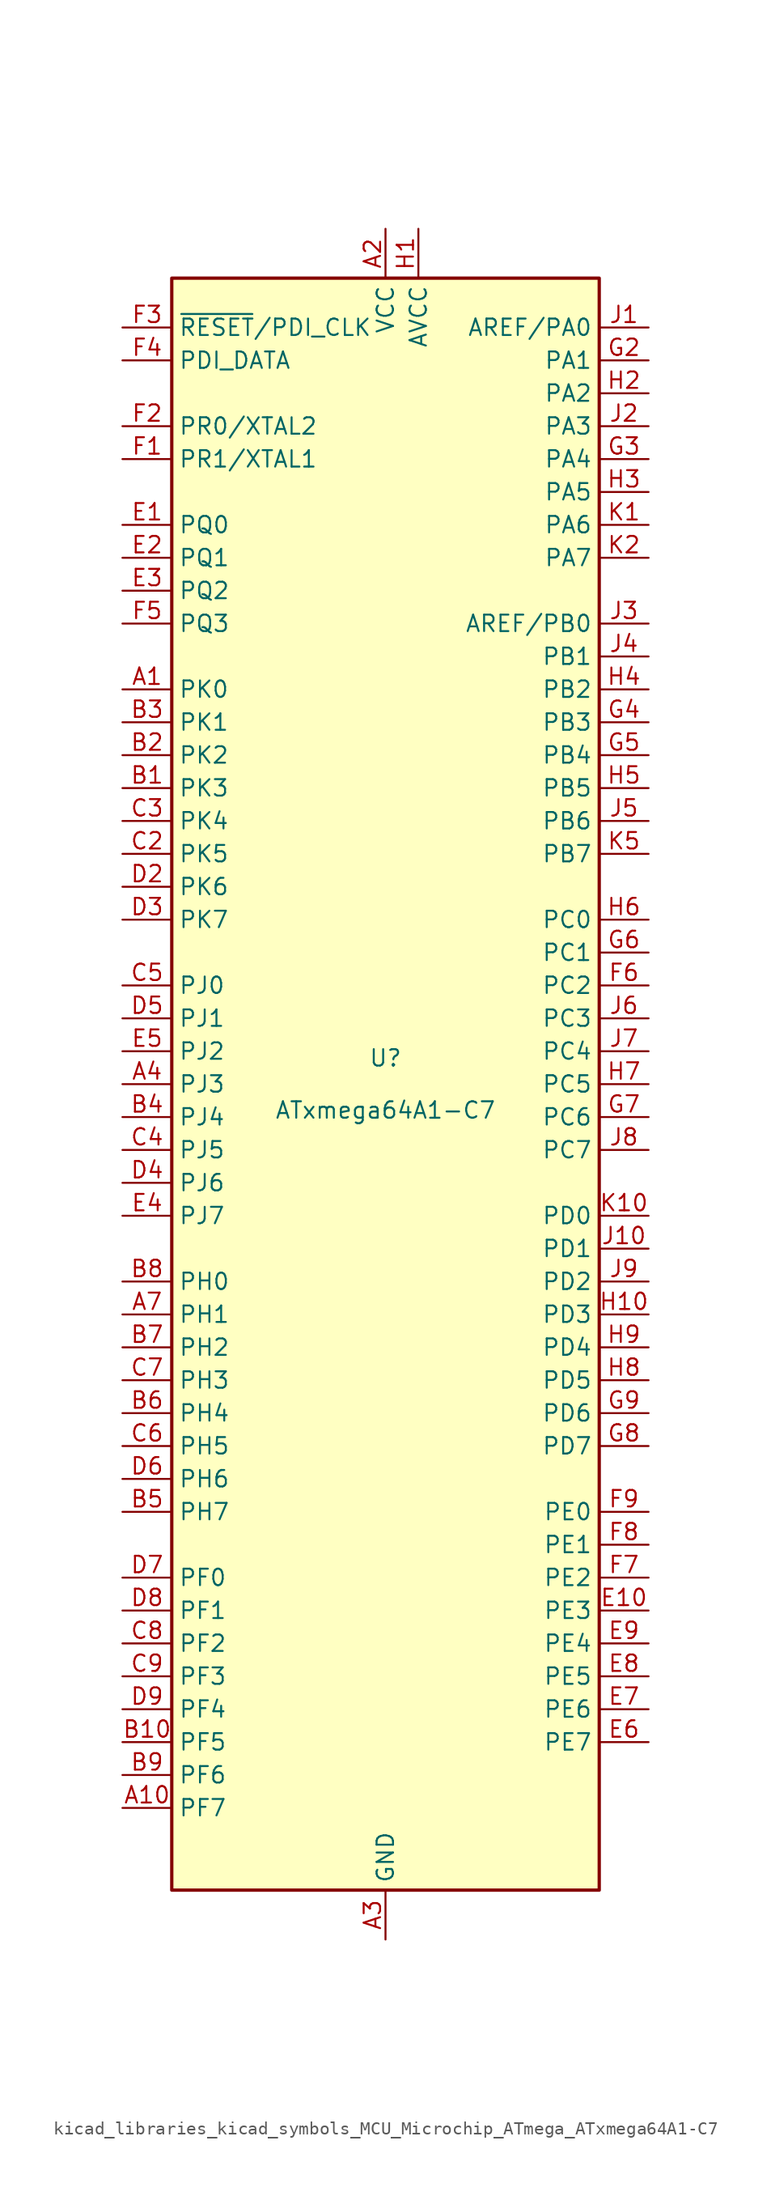
<source format=kicad_sym>
(kicad_symbol_lib
  (version 20220914)
  (generator kicad_symbol_editor)
  (symbol "kicad_libraries_kicad_symbols_MCU_Microchip_ATmega_ATxmega64A1-C7"
    (property "Reference" "U"
      (at 0 1.27 0)
      (effects (font (size 1.27 1.27)) (justify bottom)))
    (property "Value" "ATxmega64A1-C7"
      (at 0 -1.27 0)
      (effects (font (size 1.27 1.27)) (justify top)))
    (symbol "kicad_libraries_kicad_symbols_MCU_Microchip_ATmega_ATxmega64A1-C7_0_1"
      (rectangle (start -16.51 -62.23) (end 16.51 62.23) (stroke (width 0.254) (type default)) (fill (type background))))
    (symbol "kicad_libraries_kicad_symbols_MCU_Microchip_ATmega_ATxmega64A1-C7_1_1"
      (pin bidirectional line (at -20.32 30.48 0) (length 3.81) (name "PK0" (effects (font (size 1.27 1.27)))) (number "A1" (effects (font (size 1.27 1.27)))))
      (pin bidirectional line (at -20.32 -55.88 0) (length 3.81) (name "PF7" (effects (font (size 1.27 1.27)))) (number "A10" (effects (font (size 1.27 1.27)))))
      (pin power_in line (at 0 66.04 270) (length 3.81) (name "VCC" (effects (font (size 1.27 1.27)))) (number "A2" (effects (font (size 1.27 1.27)))))
      (pin power_in line (at 0 -66.04 90) (length 3.81) (name "GND" (effects (font (size 1.27 1.27)))) (number "A3" (effects (font (size 1.27 1.27)))))
      (pin bidirectional line (at -20.32 0 0) (length 3.81) (name "PJ3" (effects (font (size 1.27 1.27)))) (number "A4" (effects (font (size 1.27 1.27)))))
      (pin passive line (at 0 66.04 270) (length 3.81) hide (name "VCC" (effects (font (size 1.27 1.27)))) (number "A5" (effects (font (size 1.27 1.27)))))
      (pin passive line (at 0 -66.04 90) (length 3.81) hide (name "GND" (effects (font (size 1.27 1.27)))) (number "A6" (effects (font (size 1.27 1.27)))))
      (pin bidirectional line (at -20.32 -17.78 0) (length 3.81) (name "PH1" (effects (font (size 1.27 1.27)))) (number "A7" (effects (font (size 1.27 1.27)))))
      (pin passive line (at 0 -66.04 90) (length 3.81) hide (name "GND" (effects (font (size 1.27 1.27)))) (number "A8" (effects (font (size 1.27 1.27)))))
      (pin passive line (at 0 66.04 270) (length 3.81) hide (name "VCC" (effects (font (size 1.27 1.27)))) (number "A9" (effects (font (size 1.27 1.27)))))
      (pin bidirectional line (at -20.32 22.86 0) (length 3.81) (name "PK3" (effects (font (size 1.27 1.27)))) (number "B1" (effects (font (size 1.27 1.27)))))
      (pin bidirectional line (at -20.32 -50.8 0) (length 3.81) (name "PF5" (effects (font (size 1.27 1.27)))) (number "B10" (effects (font (size 1.27 1.27)))))
      (pin bidirectional line (at -20.32 25.4 0) (length 3.81) (name "PK2" (effects (font (size 1.27 1.27)))) (number "B2" (effects (font (size 1.27 1.27)))))
      (pin bidirectional line (at -20.32 27.94 0) (length 3.81) (name "PK1" (effects (font (size 1.27 1.27)))) (number "B3" (effects (font (size 1.27 1.27)))))
      (pin bidirectional line (at -20.32 -2.54 0) (length 3.81) (name "PJ4" (effects (font (size 1.27 1.27)))) (number "B4" (effects (font (size 1.27 1.27)))))
      (pin bidirectional line (at -20.32 -33.02 0) (length 3.81) (name "PH7" (effects (font (size 1.27 1.27)))) (number "B5" (effects (font (size 1.27 1.27)))))
      (pin bidirectional line (at -20.32 -25.4 0) (length 3.81) (name "PH4" (effects (font (size 1.27 1.27)))) (number "B6" (effects (font (size 1.27 1.27)))))
      (pin bidirectional line (at -20.32 -20.32 0) (length 3.81) (name "PH2" (effects (font (size 1.27 1.27)))) (number "B7" (effects (font (size 1.27 1.27)))))
      (pin bidirectional line (at -20.32 -15.24 0) (length 3.81) (name "PH0" (effects (font (size 1.27 1.27)))) (number "B8" (effects (font (size 1.27 1.27)))))
      (pin bidirectional line (at -20.32 -53.34 0) (length 3.81) (name "PF6" (effects (font (size 1.27 1.27)))) (number "B9" (effects (font (size 1.27 1.27)))))
      (pin passive line (at 0 66.04 270) (length 3.81) hide (name "VCC" (effects (font (size 1.27 1.27)))) (number "C1" (effects (font (size 1.27 1.27)))))
      (pin passive line (at 0 66.04 270) (length 3.81) hide (name "VCC" (effects (font (size 1.27 1.27)))) (number "C10" (effects (font (size 1.27 1.27)))))
      (pin bidirectional line (at -20.32 17.78 0) (length 3.81) (name "PK5" (effects (font (size 1.27 1.27)))) (number "C2" (effects (font (size 1.27 1.27)))))
      (pin bidirectional line (at -20.32 20.32 0) (length 3.81) (name "PK4" (effects (font (size 1.27 1.27)))) (number "C3" (effects (font (size 1.27 1.27)))))
      (pin bidirectional line (at -20.32 -5.08 0) (length 3.81) (name "PJ5" (effects (font (size 1.27 1.27)))) (number "C4" (effects (font (size 1.27 1.27)))))
      (pin bidirectional line (at -20.32 7.62 0) (length 3.81) (name "PJ0" (effects (font (size 1.27 1.27)))) (number "C5" (effects (font (size 1.27 1.27)))))
      (pin bidirectional line (at -20.32 -27.94 0) (length 3.81) (name "PH5" (effects (font (size 1.27 1.27)))) (number "C6" (effects (font (size 1.27 1.27)))))
      (pin bidirectional line (at -20.32 -22.86 0) (length 3.81) (name "PH3" (effects (font (size 1.27 1.27)))) (number "C7" (effects (font (size 1.27 1.27)))))
      (pin bidirectional line (at -20.32 -43.18 0) (length 3.81) (name "PF2" (effects (font (size 1.27 1.27)))) (number "C8" (effects (font (size 1.27 1.27)))))
      (pin bidirectional line (at -20.32 -45.72 0) (length 3.81) (name "PF3" (effects (font (size 1.27 1.27)))) (number "C9" (effects (font (size 1.27 1.27)))))
      (pin passive line (at 0 -66.04 90) (length 3.81) hide (name "GND" (effects (font (size 1.27 1.27)))) (number "D1" (effects (font (size 1.27 1.27)))))
      (pin passive line (at 0 -66.04 90) (length 3.81) hide (name "GND" (effects (font (size 1.27 1.27)))) (number "D10" (effects (font (size 1.27 1.27)))))
      (pin bidirectional line (at -20.32 15.24 0) (length 3.81) (name "PK6" (effects (font (size 1.27 1.27)))) (number "D2" (effects (font (size 1.27 1.27)))))
      (pin bidirectional line (at -20.32 12.7 0) (length 3.81) (name "PK7" (effects (font (size 1.27 1.27)))) (number "D3" (effects (font (size 1.27 1.27)))))
      (pin bidirectional line (at -20.32 -7.62 0) (length 3.81) (name "PJ6" (effects (font (size 1.27 1.27)))) (number "D4" (effects (font (size 1.27 1.27)))))
      (pin bidirectional line (at -20.32 5.08 0) (length 3.81) (name "PJ1" (effects (font (size 1.27 1.27)))) (number "D5" (effects (font (size 1.27 1.27)))))
      (pin bidirectional line (at -20.32 -30.48 0) (length 3.81) (name "PH6" (effects (font (size 1.27 1.27)))) (number "D6" (effects (font (size 1.27 1.27)))))
      (pin bidirectional line (at -20.32 -38.1 0) (length 3.81) (name "PF0" (effects (font (size 1.27 1.27)))) (number "D7" (effects (font (size 1.27 1.27)))))
      (pin bidirectional line (at -20.32 -40.64 0) (length 3.81) (name "PF1" (effects (font (size 1.27 1.27)))) (number "D8" (effects (font (size 1.27 1.27)))))
      (pin bidirectional line (at -20.32 -48.26 0) (length 3.81) (name "PF4" (effects (font (size 1.27 1.27)))) (number "D9" (effects (font (size 1.27 1.27)))))
      (pin bidirectional line (at -20.32 43.18 0) (length 3.81) (name "PQ0" (effects (font (size 1.27 1.27)))) (number "E1" (effects (font (size 1.27 1.27)))))
      (pin bidirectional line (at 20.32 -40.64 180) (length 3.81) (name "PE3" (effects (font (size 1.27 1.27)))) (number "E10" (effects (font (size 1.27 1.27)))))
      (pin bidirectional line (at -20.32 40.64 0) (length 3.81) (name "PQ1" (effects (font (size 1.27 1.27)))) (number "E2" (effects (font (size 1.27 1.27)))))
      (pin bidirectional line (at -20.32 38.1 0) (length 3.81) (name "PQ2" (effects (font (size 1.27 1.27)))) (number "E3" (effects (font (size 1.27 1.27)))))
      (pin bidirectional line (at -20.32 -10.16 0) (length 3.81) (name "PJ7" (effects (font (size 1.27 1.27)))) (number "E4" (effects (font (size 1.27 1.27)))))
      (pin bidirectional line (at -20.32 2.54 0) (length 3.81) (name "PJ2" (effects (font (size 1.27 1.27)))) (number "E5" (effects (font (size 1.27 1.27)))))
      (pin bidirectional line (at 20.32 -50.8 180) (length 3.81) (name "PE7" (effects (font (size 1.27 1.27)))) (number "E6" (effects (font (size 1.27 1.27)))))
      (pin bidirectional line (at 20.32 -48.26 180) (length 3.81) (name "PE6" (effects (font (size 1.27 1.27)))) (number "E7" (effects (font (size 1.27 1.27)))))
      (pin bidirectional line (at 20.32 -45.72 180) (length 3.81) (name "PE5" (effects (font (size 1.27 1.27)))) (number "E8" (effects (font (size 1.27 1.27)))))
      (pin bidirectional line (at 20.32 -43.18 180) (length 3.81) (name "PE4" (effects (font (size 1.27 1.27)))) (number "E9" (effects (font (size 1.27 1.27)))))
      (pin bidirectional line (at -20.32 48.26 0) (length 3.81) (name "PR1/XTAL1" (effects (font (size 1.27 1.27)))) (number "F1" (effects (font (size 1.27 1.27)))))
      (pin passive line (at 0 66.04 270) (length 3.81) hide (name "VCC" (effects (font (size 1.27 1.27)))) (number "F10" (effects (font (size 1.27 1.27)))))
      (pin bidirectional line (at -20.32 50.8 0) (length 3.81) (name "PR0/XTAL2" (effects (font (size 1.27 1.27)))) (number "F2" (effects (font (size 1.27 1.27)))))
      (pin input line (at -20.32 58.42 0) (length 3.81) (name "~{RESET}/PDI_CLK" (effects (font (size 1.27 1.27)))) (number "F3" (effects (font (size 1.27 1.27)))))
      (pin bidirectional line (at -20.32 55.88 0) (length 3.81) (name "PDI_DATA" (effects (font (size 1.27 1.27)))) (number "F4" (effects (font (size 1.27 1.27)))))
      (pin bidirectional line (at -20.32 35.56 0) (length 3.81) (name "PQ3" (effects (font (size 1.27 1.27)))) (number "F5" (effects (font (size 1.27 1.27)))))
      (pin bidirectional line (at 20.32 7.62 180) (length 3.81) (name "PC2" (effects (font (size 1.27 1.27)))) (number "F6" (effects (font (size 1.27 1.27)))))
      (pin bidirectional line (at 20.32 -38.1 180) (length 3.81) (name "PE2" (effects (font (size 1.27 1.27)))) (number "F7" (effects (font (size 1.27 1.27)))))
      (pin bidirectional line (at 20.32 -35.56 180) (length 3.81) (name "PE1" (effects (font (size 1.27 1.27)))) (number "F8" (effects (font (size 1.27 1.27)))))
      (pin bidirectional line (at 20.32 -33.02 180) (length 3.81) (name "PE0" (effects (font (size 1.27 1.27)))) (number "F9" (effects (font (size 1.27 1.27)))))
      (pin passive line (at 0 -66.04 90) (length 3.81) hide (name "GND" (effects (font (size 1.27 1.27)))) (number "G1" (effects (font (size 1.27 1.27)))))
      (pin passive line (at 0 -66.04 90) (length 3.81) hide (name "GND" (effects (font (size 1.27 1.27)))) (number "G10" (effects (font (size 1.27 1.27)))))
      (pin bidirectional line (at 20.32 55.88 180) (length 3.81) (name "PA1" (effects (font (size 1.27 1.27)))) (number "G2" (effects (font (size 1.27 1.27)))))
      (pin bidirectional line (at 20.32 48.26 180) (length 3.81) (name "PA4" (effects (font (size 1.27 1.27)))) (number "G3" (effects (font (size 1.27 1.27)))))
      (pin bidirectional line (at 20.32 27.94 180) (length 3.81) (name "PB3" (effects (font (size 1.27 1.27)))) (number "G4" (effects (font (size 1.27 1.27)))))
      (pin bidirectional line (at 20.32 25.4 180) (length 3.81) (name "PB4" (effects (font (size 1.27 1.27)))) (number "G5" (effects (font (size 1.27 1.27)))))
      (pin bidirectional line (at 20.32 10.16 180) (length 3.81) (name "PC1" (effects (font (size 1.27 1.27)))) (number "G6" (effects (font (size 1.27 1.27)))))
      (pin bidirectional line (at 20.32 -2.54 180) (length 3.81) (name "PC6" (effects (font (size 1.27 1.27)))) (number "G7" (effects (font (size 1.27 1.27)))))
      (pin bidirectional line (at 20.32 -27.94 180) (length 3.81) (name "PD7" (effects (font (size 1.27 1.27)))) (number "G8" (effects (font (size 1.27 1.27)))))
      (pin bidirectional line (at 20.32 -25.4 180) (length 3.81) (name "PD6" (effects (font (size 1.27 1.27)))) (number "G9" (effects (font (size 1.27 1.27)))))
      (pin power_in line (at 2.54 66.04 270) (length 3.81) (name "AVCC" (effects (font (size 1.27 1.27)))) (number "H1" (effects (font (size 1.27 1.27)))))
      (pin bidirectional line (at 20.32 -17.78 180) (length 3.81) (name "PD3" (effects (font (size 1.27 1.27)))) (number "H10" (effects (font (size 1.27 1.27)))))
      (pin bidirectional line (at 20.32 53.34 180) (length 3.81) (name "PA2" (effects (font (size 1.27 1.27)))) (number "H2" (effects (font (size 1.27 1.27)))))
      (pin bidirectional line (at 20.32 45.72 180) (length 3.81) (name "PA5" (effects (font (size 1.27 1.27)))) (number "H3" (effects (font (size 1.27 1.27)))))
      (pin bidirectional line (at 20.32 30.48 180) (length 3.81) (name "PB2" (effects (font (size 1.27 1.27)))) (number "H4" (effects (font (size 1.27 1.27)))))
      (pin bidirectional line (at 20.32 22.86 180) (length 3.81) (name "PB5" (effects (font (size 1.27 1.27)))) (number "H5" (effects (font (size 1.27 1.27)))))
      (pin bidirectional line (at 20.32 12.7 180) (length 3.81) (name "PC0" (effects (font (size 1.27 1.27)))) (number "H6" (effects (font (size 1.27 1.27)))))
      (pin bidirectional line (at 20.32 0 180) (length 3.81) (name "PC5" (effects (font (size 1.27 1.27)))) (number "H7" (effects (font (size 1.27 1.27)))))
      (pin bidirectional line (at 20.32 -22.86 180) (length 3.81) (name "PD5" (effects (font (size 1.27 1.27)))) (number "H8" (effects (font (size 1.27 1.27)))))
      (pin bidirectional line (at 20.32 -20.32 180) (length 3.81) (name "PD4" (effects (font (size 1.27 1.27)))) (number "H9" (effects (font (size 1.27 1.27)))))
      (pin bidirectional line (at 20.32 58.42 180) (length 3.81) (name "AREF/PA0" (effects (font (size 1.27 1.27)))) (number "J1" (effects (font (size 1.27 1.27)))))
      (pin bidirectional line (at 20.32 -12.7 180) (length 3.81) (name "PD1" (effects (font (size 1.27 1.27)))) (number "J10" (effects (font (size 1.27 1.27)))))
      (pin bidirectional line (at 20.32 50.8 180) (length 3.81) (name "PA3" (effects (font (size 1.27 1.27)))) (number "J2" (effects (font (size 1.27 1.27)))))
      (pin bidirectional line (at 20.32 35.56 180) (length 3.81) (name "AREF/PB0" (effects (font (size 1.27 1.27)))) (number "J3" (effects (font (size 1.27 1.27)))))
      (pin bidirectional line (at 20.32 33.02 180) (length 3.81) (name "PB1" (effects (font (size 1.27 1.27)))) (number "J4" (effects (font (size 1.27 1.27)))))
      (pin bidirectional line (at 20.32 20.32 180) (length 3.81) (name "PB6" (effects (font (size 1.27 1.27)))) (number "J5" (effects (font (size 1.27 1.27)))))
      (pin bidirectional line (at 20.32 5.08 180) (length 3.81) (name "PC3" (effects (font (size 1.27 1.27)))) (number "J6" (effects (font (size 1.27 1.27)))))
      (pin bidirectional line (at 20.32 2.54 180) (length 3.81) (name "PC4" (effects (font (size 1.27 1.27)))) (number "J7" (effects (font (size 1.27 1.27)))))
      (pin bidirectional line (at 20.32 -5.08 180) (length 3.81) (name "PC7" (effects (font (size 1.27 1.27)))) (number "J8" (effects (font (size 1.27 1.27)))))
      (pin bidirectional line (at 20.32 -15.24 180) (length 3.81) (name "PD2" (effects (font (size 1.27 1.27)))) (number "J9" (effects (font (size 1.27 1.27)))))
      (pin bidirectional line (at 20.32 43.18 180) (length 3.81) (name "PA6" (effects (font (size 1.27 1.27)))) (number "K1" (effects (font (size 1.27 1.27)))))
      (pin bidirectional line (at 20.32 -10.16 180) (length 3.81) (name "PD0" (effects (font (size 1.27 1.27)))) (number "K10" (effects (font (size 1.27 1.27)))))
      (pin bidirectional line (at 20.32 40.64 180) (length 3.81) (name "PA7" (effects (font (size 1.27 1.27)))) (number "K2" (effects (font (size 1.27 1.27)))))
      (pin passive line (at 0 -66.04 90) (length 3.81) hide (name "GND" (effects (font (size 1.27 1.27)))) (number "K3" (effects (font (size 1.27 1.27)))))
      (pin passive line (at 2.54 66.04 270) (length 3.81) hide (name "AVCC" (effects (font (size 1.27 1.27)))) (number "K4" (effects (font (size 1.27 1.27)))))
      (pin bidirectional line (at 20.32 17.78 180) (length 3.81) (name "PB7" (effects (font (size 1.27 1.27)))) (number "K5" (effects (font (size 1.27 1.27)))))
      (pin passive line (at 0 66.04 270) (length 3.81) hide (name "VCC" (effects (font (size 1.27 1.27)))) (number "K6" (effects (font (size 1.27 1.27)))))
      (pin passive line (at 0 -66.04 90) (length 3.81) hide (name "GND" (effects (font (size 1.27 1.27)))) (number "K7" (effects (font (size 1.27 1.27)))))
      (pin passive line (at 0 66.04 270) (length 3.81) hide (name "VCC" (effects (font (size 1.27 1.27)))) (number "K8" (effects (font (size 1.27 1.27)))))
      (pin passive line (at 0 -66.04 90) (length 3.81) hide (name "GND" (effects (font (size 1.27 1.27)))) (number "K9" (effects (font (size 1.27 1.27))))))))
</source>
